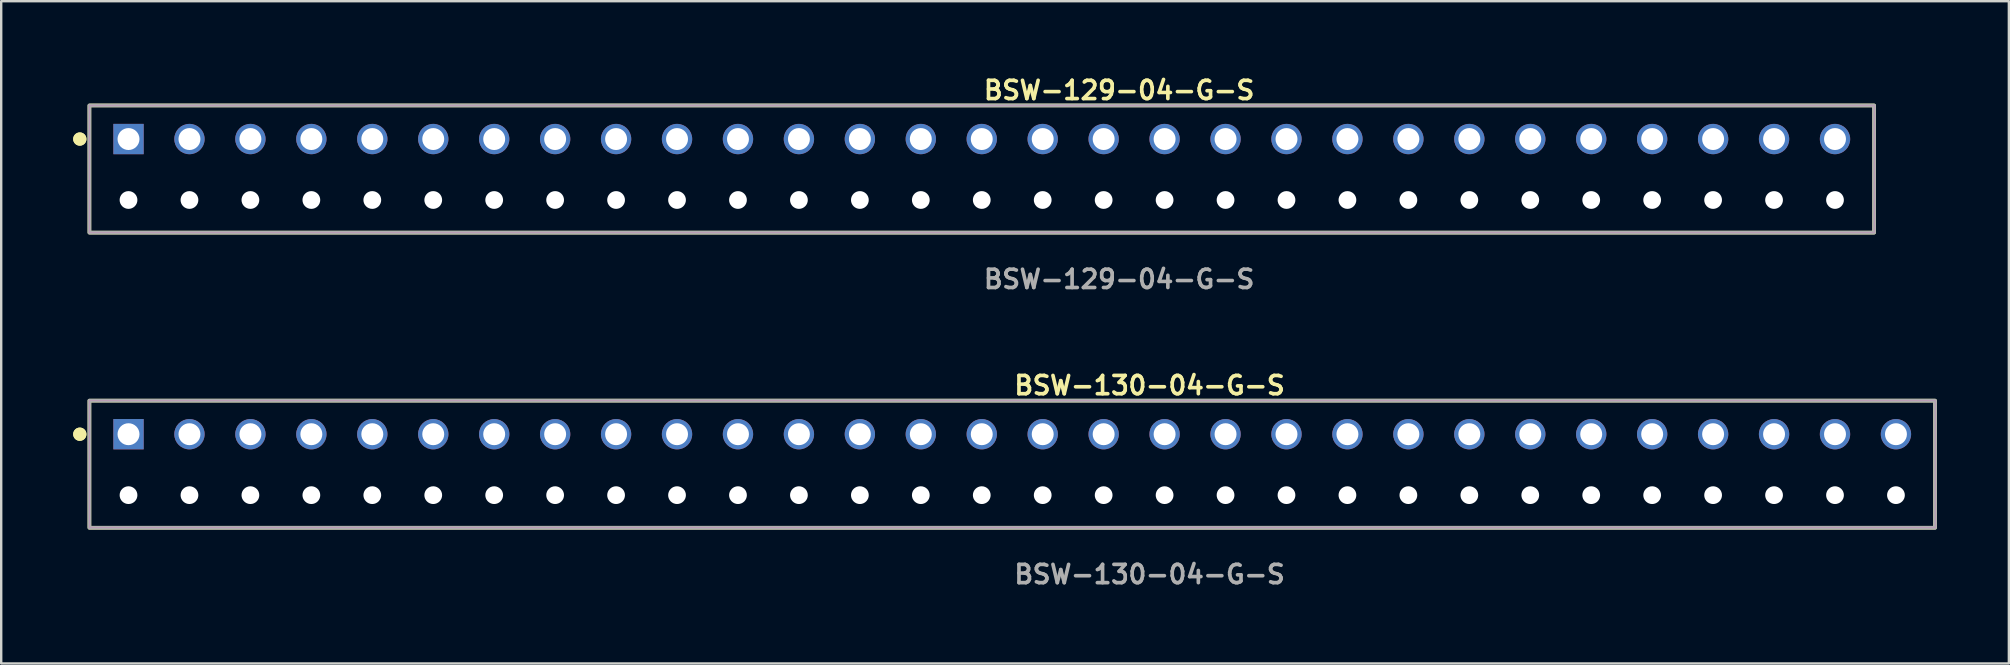
<source format=kicad_pcb>
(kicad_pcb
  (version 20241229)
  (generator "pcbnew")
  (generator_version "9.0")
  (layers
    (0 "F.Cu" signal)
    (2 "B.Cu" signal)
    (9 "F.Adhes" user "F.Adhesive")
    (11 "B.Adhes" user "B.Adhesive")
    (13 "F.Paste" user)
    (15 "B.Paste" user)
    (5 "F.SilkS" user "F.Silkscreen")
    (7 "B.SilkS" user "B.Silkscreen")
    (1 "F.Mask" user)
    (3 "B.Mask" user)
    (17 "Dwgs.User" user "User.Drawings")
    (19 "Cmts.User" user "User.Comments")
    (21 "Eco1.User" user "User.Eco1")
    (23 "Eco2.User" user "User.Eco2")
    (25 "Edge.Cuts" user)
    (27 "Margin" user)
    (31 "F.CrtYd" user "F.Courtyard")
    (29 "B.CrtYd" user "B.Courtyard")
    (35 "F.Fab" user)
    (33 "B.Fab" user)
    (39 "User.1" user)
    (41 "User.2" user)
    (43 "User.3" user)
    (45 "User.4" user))
  (footprint "BSW-129-04-G-S"
    (layer "F.Cu")
    (at 37.866 2.745)
    (property "Reference" "BSW-129-04-G-S" (at 0 -2.032 0) (unlocked yes) (layer "F.SilkS") (effects (font (size 0.762 0.762) (thickness 0.152)) (justify left)))
    (fp_rect (start -37.19 3.9) (end 37.19 -1.4) (stroke (width 0.152) (type solid)) (fill no) (layer "F.SilkS"))
    (fp_circle (center -37.59 0) (end -37.79 0) (stroke (width 0.152) (type solid)) (fill yes) (layer "F.SilkS"))
    (fp_circle (center -37.59 0) (end -37.79 0) (stroke (width 0.152) (type solid)) (fill yes) (layer "F.SilkS"))
    (fp_rect (start -37.19 3.9) (end 37.19 -1.4) (stroke (width 0.006) (type solid)) (fill no) (layer "F.CrtYd"))
    (fp_rect (start -37.19 3.9) (end 37.19 -1.4) (stroke (width 0.152) (type solid)) (fill no) (layer "F.Fab"))
    (fp_text user "${REFERENCE}" (at 0 5.842 0) (unlocked yes) (layer "F.Fab") (effects (font (size 0.762 0.762) (thickness 0.152)) (justify left)))
    (pad "" np_thru_hole circle (at -35.56 2.54) (size 0.74 0.74) (drill 0.74) (layers "*.Cu" "*.Mask"))
    (pad "" np_thru_hole circle (at -33.02 2.54) (size 0.74 0.74) (drill 0.74) (layers "*.Cu" "*.Mask"))
    (pad "" np_thru_hole circle (at -30.48 2.54) (size 0.74 0.74) (drill 0.74) (layers "*.Cu" "*.Mask"))
    (pad "" np_thru_hole circle (at -27.94 2.54) (size 0.74 0.74) (drill 0.74) (layers "*.Cu" "*.Mask"))
    (pad "" np_thru_hole circle (at -25.4 2.54) (size 0.74 0.74) (drill 0.74) (layers "*.Cu" "*.Mask"))
    (pad "" np_thru_hole circle (at -22.86 2.54) (size 0.74 0.74) (drill 0.74) (layers "*.Cu" "*.Mask"))
    (pad "" np_thru_hole circle (at -20.32 2.54) (size 0.74 0.74) (drill 0.74) (layers "*.Cu" "*.Mask"))
    (pad "" np_thru_hole circle (at -17.78 2.54) (size 0.74 0.74) (drill 0.74) (layers "*.Cu" "*.Mask"))
    (pad "" np_thru_hole circle (at -15.24 2.54) (size 0.74 0.74) (drill 0.74) (layers "*.Cu" "*.Mask"))
    (pad "" np_thru_hole circle (at -12.7 2.54) (size 0.74 0.74) (drill 0.74) (layers "*.Cu" "*.Mask"))
    (pad "" np_thru_hole circle (at -10.16 2.54) (size 0.74 0.74) (drill 0.74) (layers "*.Cu" "*.Mask"))
    (pad "" np_thru_hole circle (at -7.62 2.54) (size 0.74 0.74) (drill 0.74) (layers "*.Cu" "*.Mask"))
    (pad "" np_thru_hole circle (at -5.08 2.54) (size 0.74 0.74) (drill 0.74) (layers "*.Cu" "*.Mask"))
    (pad "" np_thru_hole circle (at -2.54 2.54) (size 0.74 0.74) (drill 0.74) (layers "*.Cu" "*.Mask"))
    (pad "" np_thru_hole circle (at 0 2.54) (size 0.74 0.74) (drill 0.74) (layers "*.Cu" "*.Mask"))
    (pad "" np_thru_hole circle (at 2.54 2.54) (size 0.74 0.74) (drill 0.74) (layers "*.Cu" "*.Mask"))
    (pad "" np_thru_hole circle (at 5.08 2.54) (size 0.74 0.74) (drill 0.74) (layers "*.Cu" "*.Mask"))
    (pad "" np_thru_hole circle (at 7.62 2.54) (size 0.74 0.74) (drill 0.74) (layers "*.Cu" "*.Mask"))
    (pad "" np_thru_hole circle (at 10.16 2.54) (size 0.74 0.74) (drill 0.74) (layers "*.Cu" "*.Mask"))
    (pad "" np_thru_hole circle (at 12.7 2.54) (size 0.74 0.74) (drill 0.74) (layers "*.Cu" "*.Mask"))
    (pad "" np_thru_hole circle (at 15.24 2.54) (size 0.74 0.74) (drill 0.74) (layers "*.Cu" "*.Mask"))
    (pad "" np_thru_hole circle (at 17.78 2.54) (size 0.74 0.74) (drill 0.74) (layers "*.Cu" "*.Mask"))
    (pad "" np_thru_hole circle (at 20.32 2.54) (size 0.74 0.74) (drill 0.74) (layers "*.Cu" "*.Mask"))
    (pad "" np_thru_hole circle (at 22.86 2.54) (size 0.74 0.74) (drill 0.74) (layers "*.Cu" "*.Mask"))
    (pad "" np_thru_hole circle (at 25.4 2.54) (size 0.74 0.74) (drill 0.74) (layers "*.Cu" "*.Mask"))
    (pad "" np_thru_hole circle (at 27.94 2.54) (size 0.74 0.74) (drill 0.74) (layers "*.Cu" "*.Mask"))
    (pad "" np_thru_hole circle (at 30.48 2.54) (size 0.74 0.74) (drill 0.74) (layers "*.Cu" "*.Mask"))
    (pad "" np_thru_hole circle (at 33.02 2.54) (size 0.74 0.74) (drill 0.74) (layers "*.Cu" "*.Mask"))
    (pad "" np_thru_hole circle (at 35.56 2.54) (size 0.74 0.74) (drill 0.74) (layers "*.Cu" "*.Mask"))
    (pad "1" thru_hole rect (at -35.56 0) (size 1.264 1.264) (drill 0.914) (layers "*.Cu" "*.Mask"))
    (pad "2" thru_hole circle (at -33.02 0) (size 1.264 1.264) (drill 0.914) (layers "*.Cu" "*.Mask"))
    (pad "3" thru_hole circle (at -30.48 0) (size 1.264 1.264) (drill 0.914) (layers "*.Cu" "*.Mask"))
    (pad "4" thru_hole circle (at -27.94 0) (size 1.264 1.264) (drill 0.914) (layers "*.Cu" "*.Mask"))
    (pad "5" thru_hole circle (at -25.4 0) (size 1.264 1.264) (drill 0.914) (layers "*.Cu" "*.Mask"))
    (pad "6" thru_hole circle (at -22.86 0) (size 1.264 1.264) (drill 0.914) (layers "*.Cu" "*.Mask"))
    (pad "7" thru_hole circle (at -20.32 0) (size 1.264 1.264) (drill 0.914) (layers "*.Cu" "*.Mask"))
    (pad "8" thru_hole circle (at -17.78 0) (size 1.264 1.264) (drill 0.914) (layers "*.Cu" "*.Mask"))
    (pad "9" thru_hole circle (at -15.24 0) (size 1.264 1.264) (drill 0.914) (layers "*.Cu" "*.Mask"))
    (pad "10" thru_hole circle (at -12.7 0) (size 1.264 1.264) (drill 0.914) (layers "*.Cu" "*.Mask"))
    (pad "11" thru_hole circle (at -10.16 0) (size 1.264 1.264) (drill 0.914) (layers "*.Cu" "*.Mask"))
    (pad "12" thru_hole circle (at -7.62 0) (size 1.264 1.264) (drill 0.914) (layers "*.Cu" "*.Mask"))
    (pad "13" thru_hole circle (at -5.08 0) (size 1.264 1.264) (drill 0.914) (layers "*.Cu" "*.Mask"))
    (pad "14" thru_hole circle (at -2.54 0) (size 1.264 1.264) (drill 0.914) (layers "*.Cu" "*.Mask"))
    (pad "15" thru_hole circle (at 0 0) (size 1.264 1.264) (drill 0.914) (layers "*.Cu" "*.Mask"))
    (pad "16" thru_hole circle (at 2.54 0) (size 1.264 1.264) (drill 0.914) (layers "*.Cu" "*.Mask"))
    (pad "17" thru_hole circle (at 5.08 0) (size 1.264 1.264) (drill 0.914) (layers "*.Cu" "*.Mask"))
    (pad "18" thru_hole circle (at 7.62 0) (size 1.264 1.264) (drill 0.914) (layers "*.Cu" "*.Mask"))
    (pad "19" thru_hole circle (at 10.16 0) (size 1.264 1.264) (drill 0.914) (layers "*.Cu" "*.Mask"))
    (pad "20" thru_hole circle (at 12.7 0) (size 1.264 1.264) (drill 0.914) (layers "*.Cu" "*.Mask"))
    (pad "21" thru_hole circle (at 15.24 0) (size 1.264 1.264) (drill 0.914) (layers "*.Cu" "*.Mask"))
    (pad "22" thru_hole circle (at 17.78 0) (size 1.264 1.264) (drill 0.914) (layers "*.Cu" "*.Mask"))
    (pad "23" thru_hole circle (at 20.32 0) (size 1.264 1.264) (drill 0.914) (layers "*.Cu" "*.Mask"))
    (pad "24" thru_hole circle (at 22.86 0) (size 1.264 1.264) (drill 0.914) (layers "*.Cu" "*.Mask"))
    (pad "25" thru_hole circle (at 25.4 0) (size 1.264 1.264) (drill 0.914) (layers "*.Cu" "*.Mask"))
    (pad "26" thru_hole circle (at 27.94 0) (size 1.264 1.264) (drill 0.914) (layers "*.Cu" "*.Mask"))
    (pad "27" thru_hole circle (at 30.48 0) (size 1.264 1.264) (drill 0.914) (layers "*.Cu" "*.Mask"))
    (pad "28" thru_hole circle (at 33.02 0) (size 1.264 1.264) (drill 0.914) (layers "*.Cu" "*.Mask"))
    (pad "29" thru_hole circle (at 35.56 0) (size 1.264 1.264) (drill 0.914) (layers "*.Cu" "*.Mask")))
  (footprint "BSW-130-04-G-S"
    (layer "F.Cu")
    (at 39.136 15.046)
    (property "Reference" "BSW-130-04-G-S" (at 0 -2.032 0) (unlocked yes) (layer "F.SilkS") (effects (font (size 0.762 0.762) (thickness 0.152)) (justify left)))
    (fp_rect (start -38.46 3.9) (end 38.46 -1.4) (stroke (width 0.152) (type solid)) (fill no) (layer "F.SilkS"))
    (fp_circle (center -38.86 0) (end -39.06 0) (stroke (width 0.152) (type solid)) (fill yes) (layer "F.SilkS"))
    (fp_circle (center -38.86 0) (end -39.06 0) (stroke (width 0.152) (type solid)) (fill yes) (layer "F.SilkS"))
    (fp_rect (start -38.46 3.9) (end 38.46 -1.4) (stroke (width 0.006) (type solid)) (fill no) (layer "F.CrtYd"))
    (fp_rect (start -38.46 3.9) (end 38.46 -1.4) (stroke (width 0.152) (type solid)) (fill no) (layer "F.Fab"))
    (fp_text user "${REFERENCE}" (at 0 5.842 0) (unlocked yes) (layer "F.Fab") (effects (font (size 0.762 0.762) (thickness 0.152)) (justify left)))
    (pad "" np_thru_hole circle (at -36.83 2.54) (size 0.74 0.74) (drill 0.74) (layers "*.Cu" "*.Mask"))
    (pad "" np_thru_hole circle (at -34.29 2.54) (size 0.74 0.74) (drill 0.74) (layers "*.Cu" "*.Mask"))
    (pad "" np_thru_hole circle (at -31.75 2.54) (size 0.74 0.74) (drill 0.74) (layers "*.Cu" "*.Mask"))
    (pad "" np_thru_hole circle (at -29.21 2.54) (size 0.74 0.74) (drill 0.74) (layers "*.Cu" "*.Mask"))
    (pad "" np_thru_hole circle (at -26.67 2.54) (size 0.74 0.74) (drill 0.74) (layers "*.Cu" "*.Mask"))
    (pad "" np_thru_hole circle (at -24.13 2.54) (size 0.74 0.74) (drill 0.74) (layers "*.Cu" "*.Mask"))
    (pad "" np_thru_hole circle (at -21.59 2.54) (size 0.74 0.74) (drill 0.74) (layers "*.Cu" "*.Mask"))
    (pad "" np_thru_hole circle (at -19.05 2.54) (size 0.74 0.74) (drill 0.74) (layers "*.Cu" "*.Mask"))
    (pad "" np_thru_hole circle (at -16.51 2.54) (size 0.74 0.74) (drill 0.74) (layers "*.Cu" "*.Mask"))
    (pad "" np_thru_hole circle (at -13.97 2.54) (size 0.74 0.74) (drill 0.74) (layers "*.Cu" "*.Mask"))
    (pad "" np_thru_hole circle (at -11.43 2.54) (size 0.74 0.74) (drill 0.74) (layers "*.Cu" "*.Mask"))
    (pad "" np_thru_hole circle (at -8.89 2.54) (size 0.74 0.74) (drill 0.74) (layers "*.Cu" "*.Mask"))
    (pad "" np_thru_hole circle (at -6.35 2.54) (size 0.74 0.74) (drill 0.74) (layers "*.Cu" "*.Mask"))
    (pad "" np_thru_hole circle (at -3.81 2.54) (size 0.74 0.74) (drill 0.74) (layers "*.Cu" "*.Mask"))
    (pad "" np_thru_hole circle (at -1.27 2.54) (size 0.74 0.74) (drill 0.74) (layers "*.Cu" "*.Mask"))
    (pad "" np_thru_hole circle (at 1.27 2.54) (size 0.74 0.74) (drill 0.74) (layers "*.Cu" "*.Mask"))
    (pad "" np_thru_hole circle (at 3.81 2.54) (size 0.74 0.74) (drill 0.74) (layers "*.Cu" "*.Mask"))
    (pad "" np_thru_hole circle (at 6.35 2.54) (size 0.74 0.74) (drill 0.74) (layers "*.Cu" "*.Mask"))
    (pad "" np_thru_hole circle (at 8.89 2.54) (size 0.74 0.74) (drill 0.74) (layers "*.Cu" "*.Mask"))
    (pad "" np_thru_hole circle (at 11.43 2.54) (size 0.74 0.74) (drill 0.74) (layers "*.Cu" "*.Mask"))
    (pad "" np_thru_hole circle (at 13.97 2.54) (size 0.74 0.74) (drill 0.74) (layers "*.Cu" "*.Mask"))
    (pad "" np_thru_hole circle (at 16.51 2.54) (size 0.74 0.74) (drill 0.74) (layers "*.Cu" "*.Mask"))
    (pad "" np_thru_hole circle (at 19.05 2.54) (size 0.74 0.74) (drill 0.74) (layers "*.Cu" "*.Mask"))
    (pad "" np_thru_hole circle (at 21.59 2.54) (size 0.74 0.74) (drill 0.74) (layers "*.Cu" "*.Mask"))
    (pad "" np_thru_hole circle (at 24.13 2.54) (size 0.74 0.74) (drill 0.74) (layers "*.Cu" "*.Mask"))
    (pad "" np_thru_hole circle (at 26.67 2.54) (size 0.74 0.74) (drill 0.74) (layers "*.Cu" "*.Mask"))
    (pad "" np_thru_hole circle (at 29.21 2.54) (size 0.74 0.74) (drill 0.74) (layers "*.Cu" "*.Mask"))
    (pad "" np_thru_hole circle (at 31.75 2.54) (size 0.74 0.74) (drill 0.74) (layers "*.Cu" "*.Mask"))
    (pad "" np_thru_hole circle (at 34.29 2.54) (size 0.74 0.74) (drill 0.74) (layers "*.Cu" "*.Mask"))
    (pad "" np_thru_hole circle (at 36.83 2.54) (size 0.74 0.74) (drill 0.74) (layers "*.Cu" "*.Mask"))
    (pad "1" thru_hole rect (at -36.83 0) (size 1.264 1.264) (drill 0.914) (layers "*.Cu" "*.Mask"))
    (pad "2" thru_hole circle (at -34.29 0) (size 1.264 1.264) (drill 0.914) (layers "*.Cu" "*.Mask"))
    (pad "3" thru_hole circle (at -31.75 0) (size 1.264 1.264) (drill 0.914) (layers "*.Cu" "*.Mask"))
    (pad "4" thru_hole circle (at -29.21 0) (size 1.264 1.264) (drill 0.914) (layers "*.Cu" "*.Mask"))
    (pad "5" thru_hole circle (at -26.67 0) (size 1.264 1.264) (drill 0.914) (layers "*.Cu" "*.Mask"))
    (pad "6" thru_hole circle (at -24.13 0) (size 1.264 1.264) (drill 0.914) (layers "*.Cu" "*.Mask"))
    (pad "7" thru_hole circle (at -21.59 0) (size 1.264 1.264) (drill 0.914) (layers "*.Cu" "*.Mask"))
    (pad "8" thru_hole circle (at -19.05 0) (size 1.264 1.264) (drill 0.914) (layers "*.Cu" "*.Mask"))
    (pad "9" thru_hole circle (at -16.51 0) (size 1.264 1.264) (drill 0.914) (layers "*.Cu" "*.Mask"))
    (pad "10" thru_hole circle (at -13.97 0) (size 1.264 1.264) (drill 0.914) (layers "*.Cu" "*.Mask"))
    (pad "11" thru_hole circle (at -11.43 0) (size 1.264 1.264) (drill 0.914) (layers "*.Cu" "*.Mask"))
    (pad "12" thru_hole circle (at -8.89 0) (size 1.264 1.264) (drill 0.914) (layers "*.Cu" "*.Mask"))
    (pad "13" thru_hole circle (at -6.35 0) (size 1.264 1.264) (drill 0.914) (layers "*.Cu" "*.Mask"))
    (pad "14" thru_hole circle (at -3.81 0) (size 1.264 1.264) (drill 0.914) (layers "*.Cu" "*.Mask"))
    (pad "15" thru_hole circle (at -1.27 0) (size 1.264 1.264) (drill 0.914) (layers "*.Cu" "*.Mask"))
    (pad "16" thru_hole circle (at 1.27 0) (size 1.264 1.264) (drill 0.914) (layers "*.Cu" "*.Mask"))
    (pad "17" thru_hole circle (at 3.81 0) (size 1.264 1.264) (drill 0.914) (layers "*.Cu" "*.Mask"))
    (pad "18" thru_hole circle (at 6.35 0) (size 1.264 1.264) (drill 0.914) (layers "*.Cu" "*.Mask"))
    (pad "19" thru_hole circle (at 8.89 0) (size 1.264 1.264) (drill 0.914) (layers "*.Cu" "*.Mask"))
    (pad "20" thru_hole circle (at 11.43 0) (size 1.264 1.264) (drill 0.914) (layers "*.Cu" "*.Mask"))
    (pad "21" thru_hole circle (at 13.97 0) (size 1.264 1.264) (drill 0.914) (layers "*.Cu" "*.Mask"))
    (pad "22" thru_hole circle (at 16.51 0) (size 1.264 1.264) (drill 0.914) (layers "*.Cu" "*.Mask"))
    (pad "23" thru_hole circle (at 19.05 0) (size 1.264 1.264) (drill 0.914) (layers "*.Cu" "*.Mask"))
    (pad "24" thru_hole circle (at 21.59 0) (size 1.264 1.264) (drill 0.914) (layers "*.Cu" "*.Mask"))
    (pad "25" thru_hole circle (at 24.13 0) (size 1.264 1.264) (drill 0.914) (layers "*.Cu" "*.Mask"))
    (pad "26" thru_hole circle (at 26.67 0) (size 1.264 1.264) (drill 0.914) (layers "*.Cu" "*.Mask"))
    (pad "27" thru_hole circle (at 29.21 0) (size 1.264 1.264) (drill 0.914) (layers "*.Cu" "*.Mask"))
    (pad "28" thru_hole circle (at 31.75 0) (size 1.264 1.264) (drill 0.914) (layers "*.Cu" "*.Mask"))
    (pad "29" thru_hole circle (at 34.29 0) (size 1.264 1.264) (drill 0.914) (layers "*.Cu" "*.Mask"))
    (pad "30" thru_hole circle (at 36.83 0) (size 1.264 1.264) (drill 0.914) (layers "*.Cu" "*.Mask")))
  (gr_rect
    (start -3 -3)
    (end 80.672 24.601)
    (stroke (width 0.1) (type default))
    (fill no)
    (layer "Edge.Cuts")))
</source>
